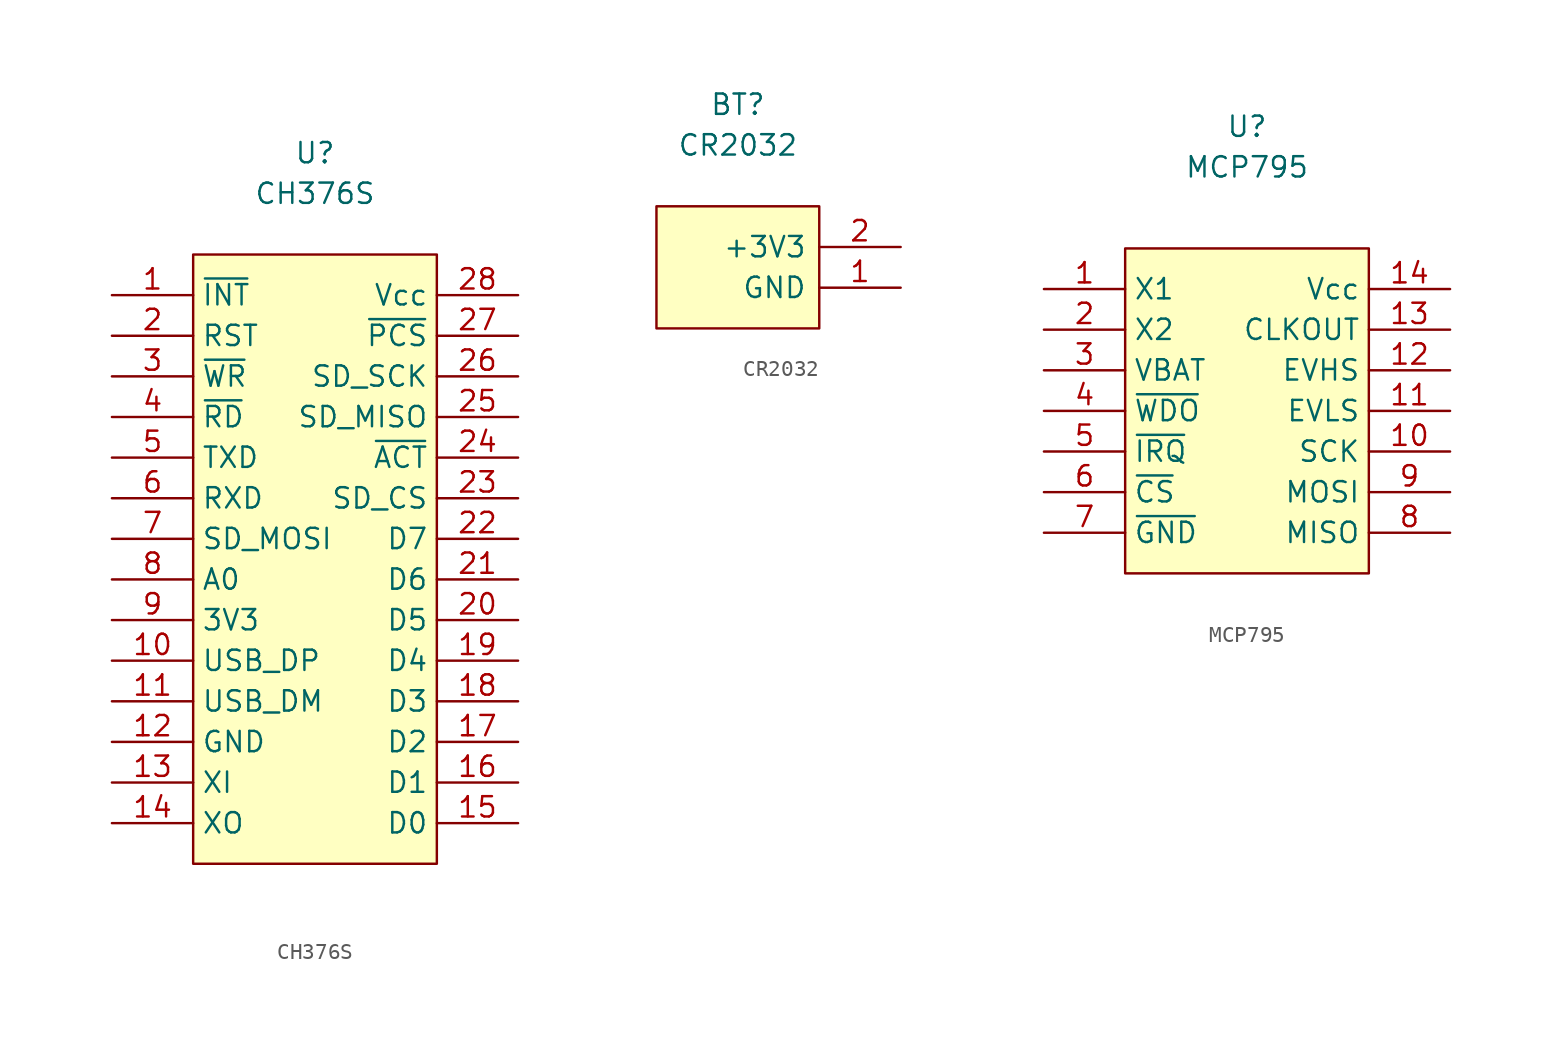
<source format=kicad_sym>
(kicad_symbol_lib
  (version 20211014)
  (generator kicad_symbol_editor)
  (symbol "CH376S"
    (property "Reference" "U"
      (at 0 25.4 0)
      (effects (font (size 1.27 1.27))))
    (property "Value" "CH376S"
      (at 0 22.86 0)
      (effects (font (size 1.27 1.27))))
    (symbol "CH376S_0_1"
      (rectangle (start -7.62 19.05) (end 7.62 -19.05) (stroke (width 0) (type default) (color 0 0 0 0)) (fill (type background))))
    (symbol "CH376S_1_1"
      (pin passive line (at -12.7 16.51 0) (length 5.08) (name "~{INT}" (effects (font (size 1.27 1.27)))) (number "1" (effects (font (size 1.27 1.27)))))
      (pin passive line (at -12.7 -6.35 0) (length 5.08) (name "USB_DP" (effects (font (size 1.27 1.27)))) (number "10" (effects (font (size 1.27 1.27)))))
      (pin passive line (at -12.7 -8.89 0) (length 5.08) (name "USB_DM" (effects (font (size 1.27 1.27)))) (number "11" (effects (font (size 1.27 1.27)))))
      (pin passive line (at -12.7 -11.43 0) (length 5.08) (name "GND" (effects (font (size 1.27 1.27)))) (number "12" (effects (font (size 1.27 1.27)))))
      (pin passive line (at -12.7 -13.97 0) (length 5.08) (name "XI" (effects (font (size 1.27 1.27)))) (number "13" (effects (font (size 1.27 1.27)))))
      (pin passive line (at -12.7 -16.51 0) (length 5.08) (name "XO" (effects (font (size 1.27 1.27)))) (number "14" (effects (font (size 1.27 1.27)))))
      (pin passive line (at 12.7 -16.51 180) (length 5.08) (name "D0" (effects (font (size 1.27 1.27)))) (number "15" (effects (font (size 1.27 1.27)))))
      (pin passive line (at 12.7 -13.97 180) (length 5.08) (name "D1" (effects (font (size 1.27 1.27)))) (number "16" (effects (font (size 1.27 1.27)))))
      (pin passive line (at 12.7 -11.43 180) (length 5.08) (name "D2" (effects (font (size 1.27 1.27)))) (number "17" (effects (font (size 1.27 1.27)))))
      (pin passive line (at 12.7 -8.89 180) (length 5.08) (name "D3" (effects (font (size 1.27 1.27)))) (number "18" (effects (font (size 1.27 1.27)))))
      (pin passive line (at 12.7 -6.35 180) (length 5.08) (name "D4" (effects (font (size 1.27 1.27)))) (number "19" (effects (font (size 1.27 1.27)))))
      (pin passive line (at -12.7 13.97 0) (length 5.08) (name "RST" (effects (font (size 1.27 1.27)))) (number "2" (effects (font (size 1.27 1.27)))))
      (pin passive line (at 12.7 -3.81 180) (length 5.08) (name "D5" (effects (font (size 1.27 1.27)))) (number "20" (effects (font (size 1.27 1.27)))))
      (pin passive line (at 12.7 -1.27 180) (length 5.08) (name "D6" (effects (font (size 1.27 1.27)))) (number "21" (effects (font (size 1.27 1.27)))))
      (pin passive line (at 12.7 1.27 180) (length 5.08) (name "D7" (effects (font (size 1.27 1.27)))) (number "22" (effects (font (size 1.27 1.27)))))
      (pin passive line (at 12.7 3.81 180) (length 5.08) (name "SD_CS" (effects (font (size 1.27 1.27)))) (number "23" (effects (font (size 1.27 1.27)))))
      (pin passive line (at 12.7 6.35 180) (length 5.08) (name "~{ACT}" (effects (font (size 1.27 1.27)))) (number "24" (effects (font (size 1.27 1.27)))))
      (pin passive line (at 12.7 8.89 180) (length 5.08) (name "SD_MISO" (effects (font (size 1.27 1.27)))) (number "25" (effects (font (size 1.27 1.27)))))
      (pin passive line (at 12.7 11.43 180) (length 5.08) (name "SD_SCK" (effects (font (size 1.27 1.27)))) (number "26" (effects (font (size 1.27 1.27)))))
      (pin passive line (at 12.7 13.97 180) (length 5.08) (name "~{PCS}" (effects (font (size 1.27 1.27)))) (number "27" (effects (font (size 1.27 1.27)))))
      (pin passive line (at 12.7 16.51 180) (length 5.08) (name "Vcc" (effects (font (size 1.27 1.27)))) (number "28" (effects (font (size 1.27 1.27)))))
      (pin passive line (at -12.7 11.43 0) (length 5.08) (name "~{WR}" (effects (font (size 1.27 1.27)))) (number "3" (effects (font (size 1.27 1.27)))))
      (pin passive line (at -12.7 8.89 0) (length 5.08) (name "~{RD}" (effects (font (size 1.27 1.27)))) (number "4" (effects (font (size 1.27 1.27)))))
      (pin passive line (at -12.7 6.35 0) (length 5.08) (name "TXD" (effects (font (size 1.27 1.27)))) (number "5" (effects (font (size 1.27 1.27)))))
      (pin passive line (at -12.7 3.81 0) (length 5.08) (name "RXD" (effects (font (size 1.27 1.27)))) (number "6" (effects (font (size 1.27 1.27)))))
      (pin passive line (at -12.7 1.27 0) (length 5.08) (name "SD_MOSI" (effects (font (size 1.27 1.27)))) (number "7" (effects (font (size 1.27 1.27)))))
      (pin passive line (at -12.7 -1.27 0) (length 5.08) (name "A0" (effects (font (size 1.27 1.27)))) (number "8" (effects (font (size 1.27 1.27)))))
      (pin passive line (at -12.7 -3.81 0) (length 5.08) (name "3V3" (effects (font (size 1.27 1.27)))) (number "9" (effects (font (size 1.27 1.27)))))))
  (symbol "CR2032"
    (pin_names
      (offset 0.762))
    (property "Reference" "BT"
      (at 0 10.16 0)
      (effects (font (size 1.27 1.27))))
    (property "Value" "CR2032"
      (at 0 7.62 0)
      (effects (font (size 1.27 1.27))))
    (symbol "CR2032_0_0"
      (pin passive line (at 10.16 -1.27 180) (length 5.08) (name "GND" (effects (font (size 1.27 1.27)))) (number "1" (effects (font (size 1.27 1.27)))))
      (pin passive line (at 10.16 1.27 180) (length 5.08) (name "+3V3" (effects (font (size 1.27 1.27)))) (number "2" (effects (font (size 1.27 1.27))))))
    (symbol "CR2032_0_1"
      (polyline (pts (xy 5.08 -3.81) (xy -5.08 -3.81) (xy -5.08 3.81) (xy 5.08 3.81) (xy 5.08 -3.81)) (stroke (width 0.152) (type default) (color 0 0 0 0)) (fill (type background)))))
  (symbol "MCP795"
    (property "Reference" "U"
      (at 0 17.78 0)
      (effects (font (size 1.27 1.27))))
    (property "Value" "MCP795"
      (at 0 15.24 0)
      (effects (font (size 1.27 1.27))))
    (symbol "MCP795_0_1"
      (rectangle (start -7.62 10.16) (end 7.62 -10.16) (stroke (width 0) (type default) (color 0 0 0 0)) (fill (type background))))
    (symbol "MCP795_1_1"
      (pin passive line (at -12.7 7.62 0) (length 5.08) (name "X1" (effects (font (size 1.27 1.27)))) (number "1" (effects (font (size 1.27 1.27)))))
      (pin passive line (at 12.7 -2.54 180) (length 5.08) (name "SCK" (effects (font (size 1.27 1.27)))) (number "10" (effects (font (size 1.27 1.27)))))
      (pin passive line (at 12.7 0 180) (length 5.08) (name "EVLS" (effects (font (size 1.27 1.27)))) (number "11" (effects (font (size 1.27 1.27)))))
      (pin passive line (at 12.7 2.54 180) (length 5.08) (name "EVHS" (effects (font (size 1.27 1.27)))) (number "12" (effects (font (size 1.27 1.27)))))
      (pin passive line (at 12.7 5.08 180) (length 5.08) (name "CLKOUT" (effects (font (size 1.27 1.27)))) (number "13" (effects (font (size 1.27 1.27)))))
      (pin passive line (at 12.7 7.62 180) (length 5.08) (name "Vcc" (effects (font (size 1.27 1.27)))) (number "14" (effects (font (size 1.27 1.27)))))
      (pin passive line (at -12.7 5.08 0) (length 5.08) (name "X2" (effects (font (size 1.27 1.27)))) (number "2" (effects (font (size 1.27 1.27)))))
      (pin passive line (at -12.7 2.54 0) (length 5.08) (name "VBAT" (effects (font (size 1.27 1.27)))) (number "3" (effects (font (size 1.27 1.27)))))
      (pin passive line (at -12.7 0 0) (length 5.08) (name "~{WDO}" (effects (font (size 1.27 1.27)))) (number "4" (effects (font (size 1.27 1.27)))))
      (pin passive line (at -12.7 -2.54 0) (length 5.08) (name "~{IRQ}" (effects (font (size 1.27 1.27)))) (number "5" (effects (font (size 1.27 1.27)))))
      (pin passive line (at -12.7 -5.08 0) (length 5.08) (name "~{CS}" (effects (font (size 1.27 1.27)))) (number "6" (effects (font (size 1.27 1.27)))))
      (pin passive line (at -12.7 -7.62 0) (length 5.08) (name "~{GND}" (effects (font (size 1.27 1.27)))) (number "7" (effects (font (size 1.27 1.27)))))
      (pin passive line (at 12.7 -7.62 180) (length 5.08) (name "MISO" (effects (font (size 1.27 1.27)))) (number "8" (effects (font (size 1.27 1.27)))))
      (pin passive line (at 12.7 -5.08 180) (length 5.08) (name "MOSI" (effects (font (size 1.27 1.27)))) (number "9" (effects (font (size 1.27 1.27))))))))
</source>
